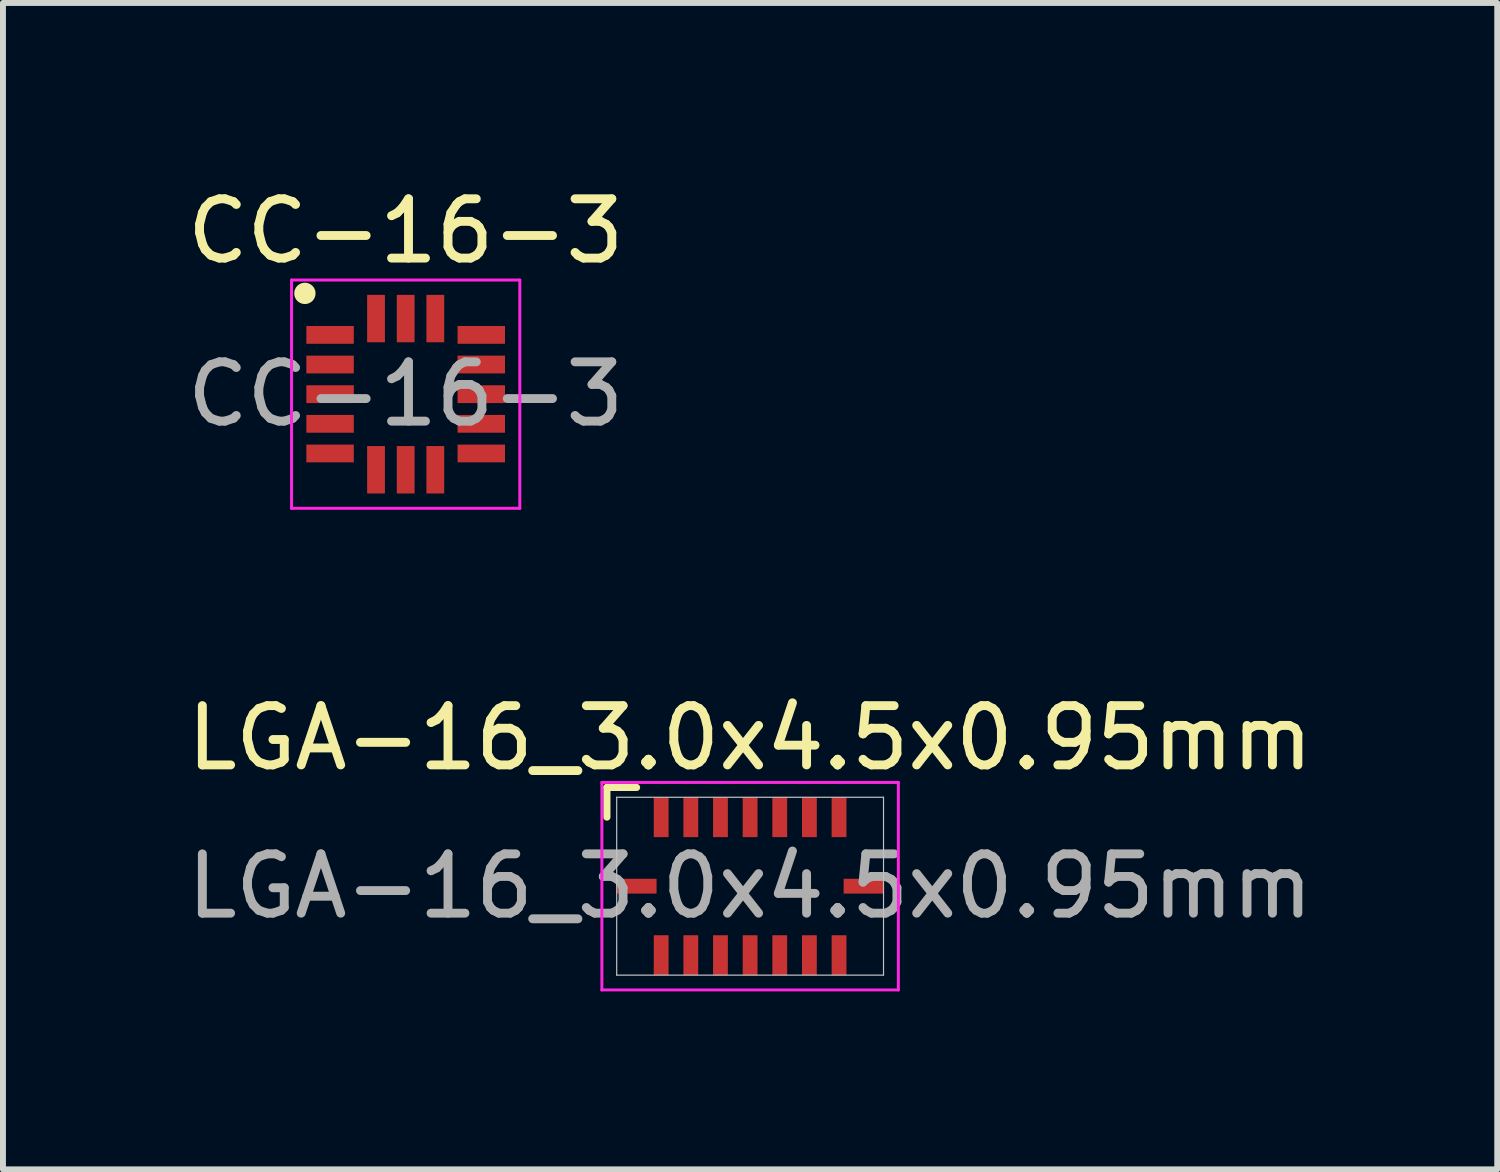
<source format=kicad_pcb>
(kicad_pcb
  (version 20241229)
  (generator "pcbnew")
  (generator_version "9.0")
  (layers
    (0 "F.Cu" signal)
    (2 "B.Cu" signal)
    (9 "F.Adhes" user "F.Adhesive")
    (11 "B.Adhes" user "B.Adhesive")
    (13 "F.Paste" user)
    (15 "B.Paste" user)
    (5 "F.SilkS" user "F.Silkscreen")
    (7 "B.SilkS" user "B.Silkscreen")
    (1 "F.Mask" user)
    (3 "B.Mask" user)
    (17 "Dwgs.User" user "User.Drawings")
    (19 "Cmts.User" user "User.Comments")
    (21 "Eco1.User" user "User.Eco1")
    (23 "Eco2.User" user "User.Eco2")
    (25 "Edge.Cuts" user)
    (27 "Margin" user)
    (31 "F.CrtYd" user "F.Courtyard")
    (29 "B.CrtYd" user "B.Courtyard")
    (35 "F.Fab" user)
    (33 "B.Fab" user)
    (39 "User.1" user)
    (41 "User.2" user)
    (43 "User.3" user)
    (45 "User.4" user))
  (footprint "LGA-16_3.0x4.5x0.95mm"
    (layer "F.Cu")
    (at 9.601 11.896)
    (property "Reference" "LGA-16_3.0x4.5x0.95mm" (at 0 -2.5 0) (layer "F.SilkS") (effects (font (size 1 1) (thickness 0.15))))
    (attr smd)
    (fp_line (start -2.415 -1.665) (end -1.915 -1.665) (stroke (width 0.12) (type solid)) (layer "F.SilkS"))
    (fp_line (start -2.415 -1.165) (end -2.415 -1.665) (stroke (width 0.12) (type solid)) (layer "F.SilkS"))
    (fp_line (start -2.25 -1.5) (end 2.25 -1.5) (stroke (width 0.02) (type solid)) (layer "Dwgs.User"))
    (fp_line (start -2.25 1.5) (end -2.25 -1.5) (stroke (width 0.02) (type solid)) (layer "Dwgs.User"))
    (fp_line (start 2.25 -1.5) (end 2.25 1.5) (stroke (width 0.02) (type solid)) (layer "Dwgs.User"))
    (fp_line (start 2.25 1.5) (end -2.25 1.5) (stroke (width 0.02) (type solid)) (layer "Dwgs.User"))
    (fp_line (start -2.5 -1.75) (end 2.5 -1.75) (stroke (width 0.05) (type solid)) (layer "F.CrtYd"))
    (fp_line (start -2.5 1.75) (end -2.5 -1.75) (stroke (width 0.05) (type solid)) (layer "F.CrtYd"))
    (fp_line (start 2.5 -1.75) (end 2.5 1.75) (stroke (width 0.05) (type solid)) (layer "F.CrtYd"))
    (fp_line (start 2.5 1.75) (end -2.5 1.75) (stroke (width 0.05) (type solid)) (layer "F.CrtYd"))
    (fp_text user "${REFERENCE}" (at 0 0 0) (layer "F.Fab") (effects (font (size 1 1) (thickness 0.15))))
    (pad "1" smd rect (at -1.5 -1.165) (size 0.25 0.675) (layers "F.Cu" "F.Mask" "F.Paste"))
    (pad "2" smd rect (at -1 -1.165) (size 0.25 0.675) (layers "F.Cu" "F.Mask" "F.Paste"))
    (pad "3" smd rect (at -0.5 -1.165) (size 0.25 0.675) (layers "F.Cu" "F.Mask" "F.Paste"))
    (pad "4" smd rect (at 0 -1.165) (size 0.25 0.675) (layers "F.Cu" "F.Mask" "F.Paste"))
    (pad "5" smd rect (at 0.5 -1.165) (size 0.25 0.675) (layers "F.Cu" "F.Mask" "F.Paste"))
    (pad "6" smd rect (at 1 -1.165) (size 0.25 0.675) (layers "F.Cu" "F.Mask" "F.Paste"))
    (pad "7" smd rect (at 1.5 -1.165) (size 0.25 0.675) (layers "F.Cu" "F.Mask" "F.Paste"))
    (pad "8" smd rect (at 1.915 0 270) (size 0.25 0.675) (layers "F.Cu" "F.Mask" "F.Paste"))
    (pad "9" smd rect (at 1.5 1.165) (size 0.25 0.675) (layers "F.Cu" "F.Mask" "F.Paste"))
    (pad "10" smd rect (at 1 1.165) (size 0.25 0.675) (layers "F.Cu" "F.Mask" "F.Paste"))
    (pad "11" smd rect (at 0.5 1.165) (size 0.25 0.675) (layers "F.Cu" "F.Mask" "F.Paste"))
    (pad "12" smd rect (at 0 1.165) (size 0.25 0.675) (layers "F.Cu" "F.Mask" "F.Paste"))
    (pad "13" smd rect (at -0.5 1.165) (size 0.25 0.675) (layers "F.Cu" "F.Mask" "F.Paste"))
    (pad "14" smd rect (at -1 1.165) (size 0.25 0.675) (layers "F.Cu" "F.Mask" "F.Paste"))
    (pad "15" smd rect (at -1.5 1.165) (size 0.25 0.675) (layers "F.Cu" "F.Mask" "F.Paste"))
    (pad "16" smd rect (at -1.915 0 90) (size 0.25 0.675) (layers "F.Cu" "F.Mask" "F.Paste")))
  (footprint "CC-16-3"
    (layer "F.Cu")
    (at 3.792 3.598)
    (property "Reference" "CC-16-3" (at 0 -2.75 0) (unlocked yes) (layer "F.SilkS") (effects (font (size 1 1) (thickness 0.15))))
    (attr smd)
    (fp_circle (center -1.7 -1.7) (end -1.61 -1.7) (stroke (width 0.18) (type solid)) (fill no) (layer "F.SilkS"))
    (fp_line (start -1.925 -1.925) (end 1.925 -1.925) (stroke (width 0.05) (type solid)) (layer "F.CrtYd"))
    (fp_line (start -1.925 1.925) (end -1.925 -1.925) (stroke (width 0.05) (type solid)) (layer "F.CrtYd"))
    (fp_line (start 1.925 -1.925) (end 1.925 1.925) (stroke (width 0.05) (type solid)) (layer "F.CrtYd"))
    (fp_line (start 1.925 1.925) (end -1.925 1.925) (stroke (width 0.05) (type solid)) (layer "F.CrtYd"))
    (fp_text user "${REFERENCE}" (at 0 0 0) (unlocked yes) (layer "F.Fab") (effects (font (size 1 1) (thickness 0.15))))
    (pad "1" smd rect (at -1.275 -1) (size 0.8 0.3) (layers "F.Cu" "F.Mask" "F.Paste"))
    (pad "2" smd rect (at -1.275 -0.5) (size 0.8 0.3) (layers "F.Cu" "F.Mask" "F.Paste"))
    (pad "3" smd rect (at -1.275 0) (size 0.8 0.3) (layers "F.Cu" "F.Mask" "F.Paste"))
    (pad "4" smd rect (at -1.275 0.5) (size 0.8 0.3) (layers "F.Cu" "F.Mask" "F.Paste"))
    (pad "5" smd rect (at -1.275 1) (size 0.8 0.3) (layers "F.Cu" "F.Mask" "F.Paste"))
    (pad "6" smd rect (at -0.5 1.275 90) (size 0.8 0.3) (layers "F.Cu" "F.Mask" "F.Paste"))
    (pad "7" smd rect (at 0 1.275 90) (size 0.8 0.3) (layers "F.Cu" "F.Mask" "F.Paste"))
    (pad "8" smd rect (at 0.5 1.275 90) (size 0.8 0.3) (layers "F.Cu" "F.Mask" "F.Paste"))
    (pad "9" smd rect (at 1.275 1 180) (size 0.8 0.3) (layers "F.Cu" "F.Mask" "F.Paste"))
    (pad "10" smd rect (at 1.275 0.5 180) (size 0.8 0.3) (layers "F.Cu" "F.Mask" "F.Paste"))
    (pad "11" smd rect (at 1.275 0 180) (size 0.8 0.3) (layers "F.Cu" "F.Mask" "F.Paste"))
    (pad "12" smd rect (at 1.275 -0.5 180) (size 0.8 0.3) (layers "F.Cu" "F.Mask" "F.Paste"))
    (pad "13" smd rect (at 1.275 -1 180) (size 0.8 0.3) (layers "F.Cu" "F.Mask" "F.Paste"))
    (pad "14" smd rect (at 0.5 -1.275 270) (size 0.8 0.3) (layers "F.Cu" "F.Mask" "F.Paste"))
    (pad "15" smd rect (at 0 -1.275 270) (size 0.8 0.3) (layers "F.Cu" "F.Mask" "F.Paste"))
    (pad "16" smd rect (at -0.5 -1.275 270) (size 0.8 0.3) (layers "F.Cu" "F.Mask" "F.Paste")))
  (gr_rect
    (start -3 -3)
    (end 22.202 16.672)
    (stroke (width 0.1) (type default))
    (fill no)
    (layer "Edge.Cuts")))
</source>
